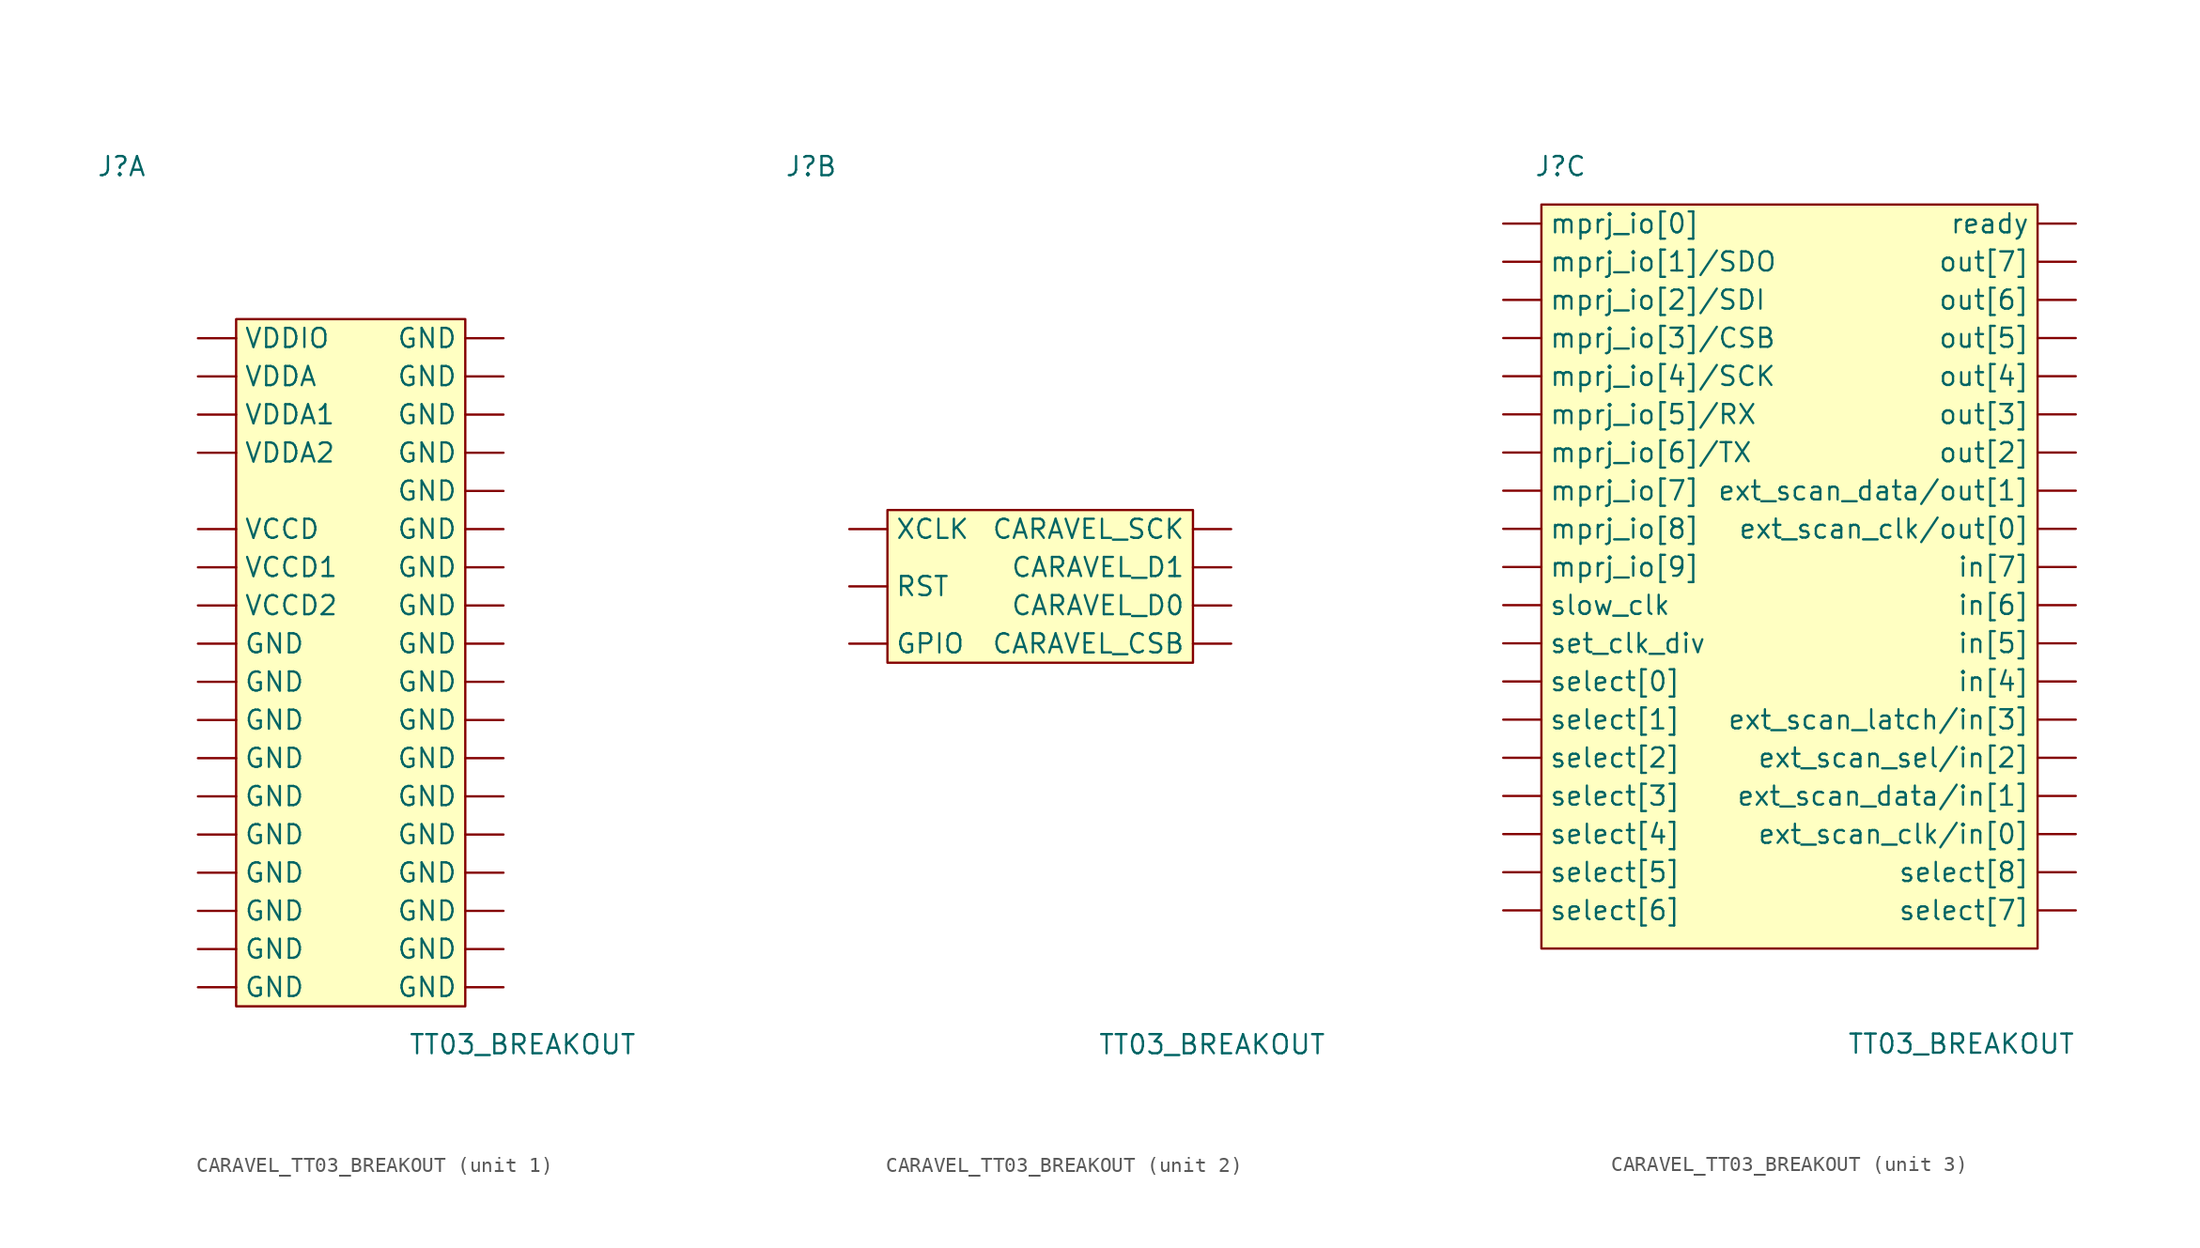
<source format=kicad_sym>
(kicad_symbol_lib
  (version 20241209)
  (generator "kicad_symbol_editor")
  (generator_version "9.0")
  (symbol "CARAVEL_TT03_BREAKOUT"
    (pin_numbers
      (hide yes))
    (property "Reference" "J"
      (at -16.51 25.4 0)
      (effects (font (size 1.27 1.27))))
    (property "Value" "TT03_BREAKOUT"
      (at 10.16 -33.02 0)
      (effects (font (size 1.27 1.27))))
    (property "ki_locked" ""
      (at 0 0 0)
      (effects (font (size 1.27 1.27))))
    (symbol "CARAVEL_TT03_BREAKOUT_1_1"
      (rectangle (start -8.89 15.24) (end 6.35 -30.48) (stroke (width 0) (type default)) (fill (type background)))
      (pin power_in line (at -11.43 13.97 0) (length 2.54) (name "VDDIO" (effects (font (size 1.27 1.27)))) (number "A2" (effects (font (size 1.27 1.27)))))
      (pin power_in line (at -11.43 11.43 0) (length 2.54) (name "VDDA" (effects (font (size 1.27 1.27)))) (number "A30" (effects (font (size 1.27 1.27)))))
      (pin power_in line (at -11.43 8.89 0) (length 2.54) (name "VDDA1" (effects (font (size 1.27 1.27)))) (number "A6" (effects (font (size 1.27 1.27)))))
      (pin power_in line (at -11.43 6.35 0) (length 2.54) (name "VDDA2" (effects (font (size 1.27 1.27)))) (number "A32" (effects (font (size 1.27 1.27)))))
      (pin power_in line (at -11.43 1.27 0) (length 2.54) (name "VCCD" (effects (font (size 1.27 1.27)))) (number "A34" (effects (font (size 1.27 1.27)))))
      (pin power_in line (at -11.43 -1.27 0) (length 2.54) (name "VCCD1" (effects (font (size 1.27 1.27)))) (number "A8" (effects (font (size 1.27 1.27)))))
      (pin power_in line (at -11.43 -3.81 0) (length 2.54) (name "VCCD2" (effects (font (size 1.27 1.27)))) (number "A4" (effects (font (size 1.27 1.27)))))
      (pin power_in line (at -11.43 -6.35 0) (length 2.54) (name "GND" (effects (font (size 1.27 1.27)))) (number "B1" (effects (font (size 1.27 1.27)))))
      (pin power_in line (at -11.43 -8.89 0) (length 2.54) (name "GND" (effects (font (size 1.27 1.27)))) (number "B2" (effects (font (size 1.27 1.27)))))
      (pin power_in line (at -11.43 -11.43 0) (length 2.54) (name "GND" (effects (font (size 1.27 1.27)))) (number "B11" (effects (font (size 1.27 1.27)))))
      (pin power_in line (at -11.43 -13.97 0) (length 2.54) (name "GND" (effects (font (size 1.27 1.27)))) (number "B12" (effects (font (size 1.27 1.27)))))
      (pin power_in line (at -11.43 -16.51 0) (length 2.54) (name "GND" (effects (font (size 1.27 1.27)))) (number "B21" (effects (font (size 1.27 1.27)))))
      (pin power_in line (at -11.43 -19.05 0) (length 2.54) (name "GND" (effects (font (size 1.27 1.27)))) (number "B22" (effects (font (size 1.27 1.27)))))
      (pin power_in line (at -11.43 -21.59 0) (length 2.54) (name "GND" (effects (font (size 1.27 1.27)))) (number "B31" (effects (font (size 1.27 1.27)))))
      (pin power_in line (at -11.43 -24.13 0) (length 2.54) (name "GND" (effects (font (size 1.27 1.27)))) (number "B32" (effects (font (size 1.27 1.27)))))
      (pin power_in line (at -11.43 -26.67 0) (length 2.54) (name "GND" (effects (font (size 1.27 1.27)))) (number "B39" (effects (font (size 1.27 1.27)))))
      (pin power_in line (at -11.43 -29.21 0) (length 2.54) (name "GND" (effects (font (size 1.27 1.27)))) (number "B40" (effects (font (size 1.27 1.27)))))
      (pin power_in line (at 8.89 13.97 180) (length 2.54) (name "GND" (effects (font (size 1.27 1.27)))) (number "A1" (effects (font (size 1.27 1.27)))))
      (pin power_in line (at 8.89 11.43 180) (length 2.54) (name "GND" (effects (font (size 1.27 1.27)))) (number "A3" (effects (font (size 1.27 1.27)))))
      (pin power_in line (at 8.89 8.89 180) (length 2.54) (name "GND" (effects (font (size 1.27 1.27)))) (number "A5" (effects (font (size 1.27 1.27)))))
      (pin power_in line (at 8.89 6.35 180) (length 2.54) (name "GND" (effects (font (size 1.27 1.27)))) (number "A7" (effects (font (size 1.27 1.27)))))
      (pin power_in line (at 8.89 3.81 180) (length 2.54) (name "GND" (effects (font (size 1.27 1.27)))) (number "A9" (effects (font (size 1.27 1.27)))))
      (pin power_in line (at 8.89 1.27 180) (length 2.54) (name "GND" (effects (font (size 1.27 1.27)))) (number "A10" (effects (font (size 1.27 1.27)))))
      (pin power_in line (at 8.89 -1.27 180) (length 2.54) (name "GND" (effects (font (size 1.27 1.27)))) (number "A19" (effects (font (size 1.27 1.27)))))
      (pin power_in line (at 8.89 -3.81 180) (length 2.54) (name "GND" (effects (font (size 1.27 1.27)))) (number "A20" (effects (font (size 1.27 1.27)))))
      (pin power_in line (at 8.89 -6.35 180) (length 2.54) (name "GND" (effects (font (size 1.27 1.27)))) (number "A21" (effects (font (size 1.27 1.27)))))
      (pin power_in line (at 8.89 -8.89 180) (length 2.54) (name "GND" (effects (font (size 1.27 1.27)))) (number "A27" (effects (font (size 1.27 1.27)))))
      (pin power_in line (at 8.89 -11.43 180) (length 2.54) (name "GND" (effects (font (size 1.27 1.27)))) (number "A28" (effects (font (size 1.27 1.27)))))
      (pin power_in line (at 8.89 -13.97 180) (length 2.54) (name "GND" (effects (font (size 1.27 1.27)))) (number "A29" (effects (font (size 1.27 1.27)))))
      (pin power_in line (at 8.89 -16.51 180) (length 2.54) (name "GND" (effects (font (size 1.27 1.27)))) (number "A31" (effects (font (size 1.27 1.27)))))
      (pin power_in line (at 8.89 -19.05 180) (length 2.54) (name "GND" (effects (font (size 1.27 1.27)))) (number "A33" (effects (font (size 1.27 1.27)))))
      (pin power_in line (at 8.89 -21.59 180) (length 2.54) (name "GND" (effects (font (size 1.27 1.27)))) (number "A35" (effects (font (size 1.27 1.27)))))
      (pin power_in line (at 8.89 -24.13 180) (length 2.54) (name "GND" (effects (font (size 1.27 1.27)))) (number "A36" (effects (font (size 1.27 1.27)))))
      (pin power_in line (at 8.89 -26.67 180) (length 2.54) (name "GND" (effects (font (size 1.27 1.27)))) (number "A39" (effects (font (size 1.27 1.27)))))
      (pin power_in line (at 8.89 -29.21 180) (length 2.54) (name "GND" (effects (font (size 1.27 1.27)))) (number "A40" (effects (font (size 1.27 1.27))))))
    (symbol "CARAVEL_TT03_BREAKOUT_2_1"
      (rectangle (start -11.43 2.54) (end 8.89 -7.62) (stroke (width 0) (type default)) (fill (type background)))
      (pin input line (at -13.97 1.27 0) (length 2.54) (name "XCLK" (effects (font (size 1.27 1.27)))) (number "A38" (effects (font (size 1.27 1.27)))))
      (pin input line (at -13.97 -2.54 0) (length 2.54) (name "RST" (effects (font (size 1.27 1.27)))) (number "A37" (effects (font (size 1.27 1.27)))))
      (pin input line (at -13.97 -6.35 0) (length 2.54) (name "GPIO" (effects (font (size 1.27 1.27)))) (number "A22" (effects (font (size 1.27 1.27)))))
      (pin input line (at 11.43 1.27 180) (length 2.54) (name "CARAVEL_SCK" (effects (font (size 1.27 1.27)))) (number "A23" (effects (font (size 1.27 1.27)))))
      (pin bidirectional line (at 11.43 -1.27 180) (length 2.54) (name "CARAVEL_D1" (effects (font (size 1.27 1.27)))) (number "A24" (effects (font (size 1.27 1.27)))))
      (pin bidirectional line (at 11.43 -3.81 180) (length 2.54) (name "CARAVEL_D0" (effects (font (size 1.27 1.27)))) (number "A25" (effects (font (size 1.27 1.27)))))
      (pin input line (at 11.43 -6.35 180) (length 2.54) (name "CARAVEL_CSB" (effects (font (size 1.27 1.27)))) (number "A26" (effects (font (size 1.27 1.27))))))
    (symbol "CARAVEL_TT03_BREAKOUT_3_1"
      (rectangle (start -17.78 22.86) (end 15.24 -26.67) (stroke (width 0) (type default)) (fill (type background)))
      (pin bidirectional line (at -20.32 21.59 0) (length 2.54) (name "mprj_io[0]" (effects (font (size 1.27 1.27)))) (number "A18" (effects (font (size 1.27 1.27)))))
      (pin bidirectional line (at -20.32 19.05 0) (length 2.54) (name "mprj_io[1]/SDO" (effects (font (size 1.27 1.27)))) (number "A17" (effects (font (size 1.27 1.27)))))
      (pin bidirectional line (at -20.32 16.51 0) (length 2.54) (name "mprj_io[2]/SDI" (effects (font (size 1.27 1.27)))) (number "A16" (effects (font (size 1.27 1.27)))))
      (pin bidirectional line (at -20.32 13.97 0) (length 2.54) (name "mprj_io[3]/CSB" (effects (font (size 1.27 1.27)))) (number "A15" (effects (font (size 1.27 1.27)))))
      (pin bidirectional line (at -20.32 11.43 0) (length 2.54) (name "mprj_io[4]/SCK" (effects (font (size 1.27 1.27)))) (number "A14" (effects (font (size 1.27 1.27)))))
      (pin bidirectional line (at -20.32 8.89 0) (length 2.54) (name "mprj_io[5]/RX" (effects (font (size 1.27 1.27)))) (number "A13" (effects (font (size 1.27 1.27)))))
      (pin bidirectional line (at -20.32 6.35 0) (length 2.54) (name "mprj_io[6]/TX" (effects (font (size 1.27 1.27)))) (number "A12" (effects (font (size 1.27 1.27)))))
      (pin bidirectional line (at -20.32 3.81 0) (length 2.54) (name "mprj_io[7]" (effects (font (size 1.27 1.27)))) (number "A11" (effects (font (size 1.27 1.27)))))
      (pin bidirectional line (at -20.32 1.27 0) (length 2.54) (name "mprj_io[8]" (effects (font (size 1.27 1.27)))) (number "B4" (effects (font (size 1.27 1.27)))))
      (pin bidirectional line (at -20.32 -1.27 0) (length 2.54) (name "mprj_io[9]" (effects (font (size 1.27 1.27)))) (number "B3" (effects (font (size 1.27 1.27)))))
      (pin output line (at -20.32 -3.81 0) (length 2.54) (name "slow_clk" (effects (font (size 1.27 1.27)))) (number "B6" (effects (font (size 1.27 1.27)))))
      (pin input line (at -20.32 -6.35 0) (length 2.54) (name "set_clk_div" (effects (font (size 1.27 1.27)))) (number "B5" (effects (font (size 1.27 1.27)))))
      (pin input line (at -20.32 -8.89 0) (length 2.54) (name "select[0]" (effects (font (size 1.27 1.27)))) (number "B8" (effects (font (size 1.27 1.27)))))
      (pin input line (at -20.32 -11.43 0) (length 2.54) (name "select[1]" (effects (font (size 1.27 1.27)))) (number "B7" (effects (font (size 1.27 1.27)))))
      (pin input line (at -20.32 -13.97 0) (length 2.54) (name "select[2]" (effects (font (size 1.27 1.27)))) (number "B10" (effects (font (size 1.27 1.27)))))
      (pin input line (at -20.32 -16.51 0) (length 2.54) (name "select[3]" (effects (font (size 1.27 1.27)))) (number "B9" (effects (font (size 1.27 1.27)))))
      (pin input line (at -20.32 -19.05 0) (length 2.54) (name "select[4]" (effects (font (size 1.27 1.27)))) (number "B14" (effects (font (size 1.27 1.27)))))
      (pin input line (at -20.32 -21.59 0) (length 2.54) (name "select[5]" (effects (font (size 1.27 1.27)))) (number "B13" (effects (font (size 1.27 1.27)))))
      (pin input line (at -20.32 -24.13 0) (length 2.54) (name "select[6]" (effects (font (size 1.27 1.27)))) (number "B16" (effects (font (size 1.27 1.27)))))
      (pin output line (at 17.78 21.59 180) (length 2.54) (name "ready" (effects (font (size 1.27 1.27)))) (number "B37" (effects (font (size 1.27 1.27)))))
      (pin output line (at 17.78 19.05 180) (length 2.54) (name "out[7]" (effects (font (size 1.27 1.27)))) (number "B38" (effects (font (size 1.27 1.27)))))
      (pin output line (at 17.78 16.51 180) (length 2.54) (name "out[6]" (effects (font (size 1.27 1.27)))) (number "B35" (effects (font (size 1.27 1.27)))))
      (pin output line (at 17.78 13.97 180) (length 2.54) (name "out[5]" (effects (font (size 1.27 1.27)))) (number "B36" (effects (font (size 1.27 1.27)))))
      (pin output line (at 17.78 11.43 180) (length 2.54) (name "out[4]" (effects (font (size 1.27 1.27)))) (number "B33" (effects (font (size 1.27 1.27)))))
      (pin output line (at 17.78 8.89 180) (length 2.54) (name "out[3]" (effects (font (size 1.27 1.27)))) (number "B34" (effects (font (size 1.27 1.27)))))
      (pin output line (at 17.78 6.35 180) (length 2.54) (name "out[2]" (effects (font (size 1.27 1.27)))) (number "B29" (effects (font (size 1.27 1.27)))))
      (pin output line (at 17.78 3.81 180) (length 2.54) (name "ext_scan_data/out[1]" (effects (font (size 1.27 1.27)))) (number "B30" (effects (font (size 1.27 1.27)))))
      (pin output line (at 17.78 1.27 180) (length 2.54) (name "ext_scan_clk/out[0]" (effects (font (size 1.27 1.27)))) (number "B27" (effects (font (size 1.27 1.27)))))
      (pin input line (at 17.78 -1.27 180) (length 2.54) (name "in[7]" (effects (font (size 1.27 1.27)))) (number "B28" (effects (font (size 1.27 1.27)))))
      (pin input line (at 17.78 -3.81 180) (length 2.54) (name "in[6]" (effects (font (size 1.27 1.27)))) (number "B25" (effects (font (size 1.27 1.27)))))
      (pin input line (at 17.78 -6.35 180) (length 2.54) (name "in[5]" (effects (font (size 1.27 1.27)))) (number "B26" (effects (font (size 1.27 1.27)))))
      (pin input line (at 17.78 -8.89 180) (length 2.54) (name "in[4]" (effects (font (size 1.27 1.27)))) (number "B23" (effects (font (size 1.27 1.27)))))
      (pin input line (at 17.78 -11.43 180) (length 2.54) (name "ext_scan_latch/in[3]" (effects (font (size 1.27 1.27)))) (number "B24" (effects (font (size 1.27 1.27)))))
      (pin input line (at 17.78 -13.97 180) (length 2.54) (name "ext_scan_sel/in[2]" (effects (font (size 1.27 1.27)))) (number "B19" (effects (font (size 1.27 1.27)))))
      (pin input line (at 17.78 -16.51 180) (length 2.54) (name "ext_scan_data/in[1]" (effects (font (size 1.27 1.27)))) (number "B20" (effects (font (size 1.27 1.27)))))
      (pin input line (at 17.78 -19.05 180) (length 2.54) (name "ext_scan_clk/in[0]" (effects (font (size 1.27 1.27)))) (number "B17" (effects (font (size 1.27 1.27)))))
      (pin input line (at 17.78 -21.59 180) (length 2.54) (name "select[8]" (effects (font (size 1.27 1.27)))) (number "B18" (effects (font (size 1.27 1.27)))))
      (pin input line (at 17.78 -24.13 180) (length 2.54) (name "select[7]" (effects (font (size 1.27 1.27)))) (number "B15" (effects (font (size 1.27 1.27))))))))
</source>
